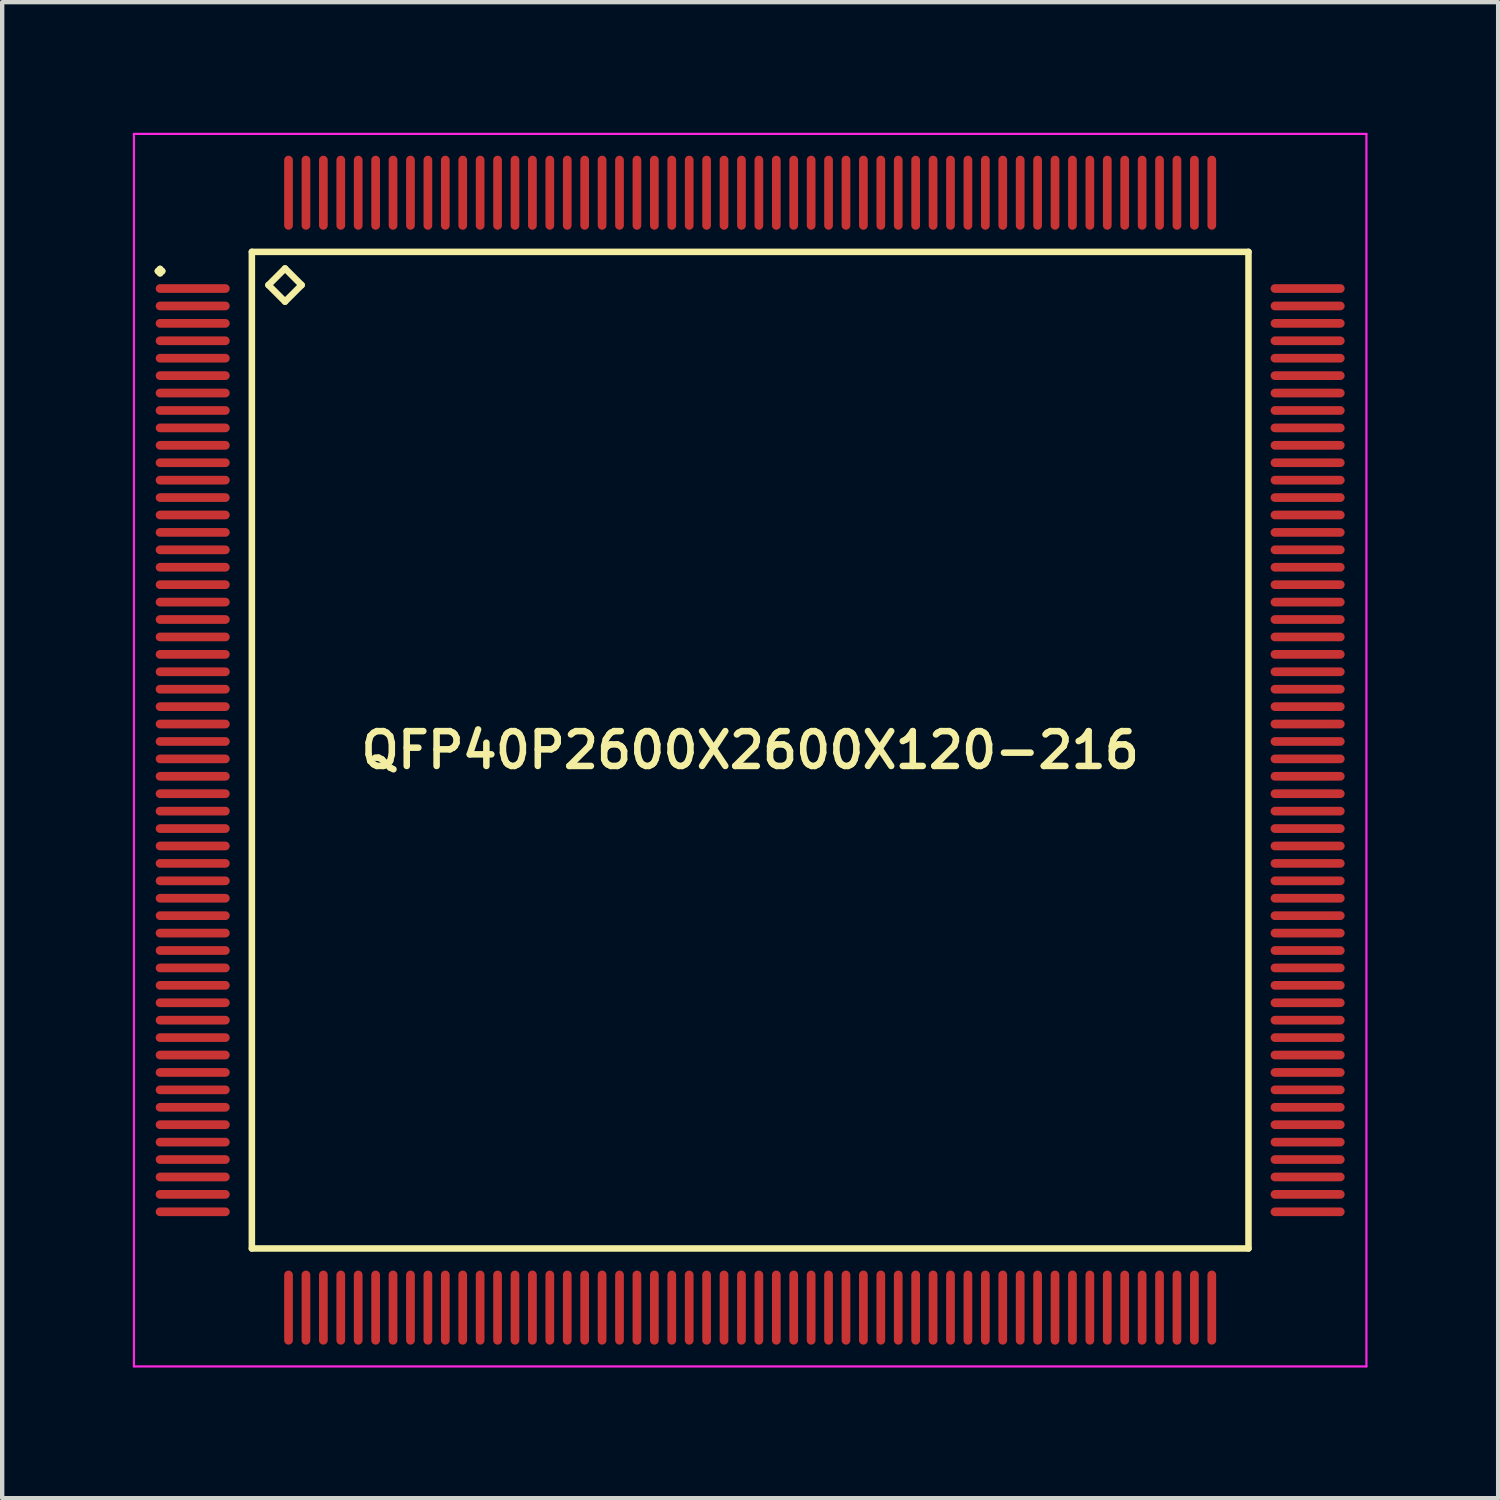
<source format=kicad_pcb>
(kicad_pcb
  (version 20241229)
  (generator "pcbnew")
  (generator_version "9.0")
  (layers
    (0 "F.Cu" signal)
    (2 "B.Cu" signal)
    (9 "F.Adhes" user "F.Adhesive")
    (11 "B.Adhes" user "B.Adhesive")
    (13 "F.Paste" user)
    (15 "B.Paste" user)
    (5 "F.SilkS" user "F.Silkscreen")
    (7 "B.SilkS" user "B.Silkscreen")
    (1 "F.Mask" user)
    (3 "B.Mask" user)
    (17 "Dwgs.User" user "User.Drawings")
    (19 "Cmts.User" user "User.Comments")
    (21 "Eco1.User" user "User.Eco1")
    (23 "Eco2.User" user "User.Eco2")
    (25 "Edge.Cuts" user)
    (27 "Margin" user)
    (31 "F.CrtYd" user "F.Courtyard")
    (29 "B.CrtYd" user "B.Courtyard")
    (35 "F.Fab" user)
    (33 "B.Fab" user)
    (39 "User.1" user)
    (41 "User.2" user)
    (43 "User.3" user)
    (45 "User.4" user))
  (footprint "QFP40P2600X2600X120-216"
    (layer "F.Cu")
    (at 14.175 14.175)
    (property "Reference" "QFP40P2600X2600X120-216" (at 0 0 0) (layer "F.SilkS") (effects (font (size 0.8 0.8) (thickness 0.15))))
    (attr smd)
    (fp_line (start -13.6 -11) (end -13.55 -11.05) (stroke (width 0.15) (type solid)) (layer "F.SilkS"))
    (fp_line (start -13.55 -11.05) (end -13.5 -11) (stroke (width 0.15) (type solid)) (layer "F.SilkS"))
    (fp_line (start -13.55 -10.95) (end -13.6 -11) (stroke (width 0.15) (type solid)) (layer "F.SilkS"))
    (fp_line (start -13.5 -11) (end -13.55 -10.95) (stroke (width 0.15) (type solid)) (layer "F.SilkS"))
    (fp_line (start -11.442 -11.442) (end -11.442 11.442) (stroke (width 0.15) (type solid)) (layer "F.SilkS"))
    (fp_line (start -11.442 11.442) (end 11.442 11.442) (stroke (width 0.15) (type solid)) (layer "F.SilkS"))
    (fp_line (start -11.061 -10.68) (end -10.68 -11.061) (stroke (width 0.15) (type solid)) (layer "F.SilkS"))
    (fp_line (start -10.68 -11.061) (end -10.299 -10.68) (stroke (width 0.15) (type solid)) (layer "F.SilkS"))
    (fp_line (start -10.68 -10.299) (end -11.061 -10.68) (stroke (width 0.15) (type solid)) (layer "F.SilkS"))
    (fp_line (start -10.299 -10.68) (end -10.68 -10.299) (stroke (width 0.15) (type solid)) (layer "F.SilkS"))
    (fp_line (start 11.442 -11.442) (end -11.442 -11.442) (stroke (width 0.15) (type solid)) (layer "F.SilkS"))
    (fp_line (start 11.442 11.442) (end 11.442 -11.442) (stroke (width 0.15) (type solid)) (layer "F.SilkS"))
    (fp_line (start -14.15 -14.15) (end 14.15 -14.15) (stroke (width 0.05) (type solid)) (layer "F.CrtYd"))
    (fp_line (start -14.15 14.15) (end -14.15 -14.15) (stroke (width 0.05) (type solid)) (layer "F.CrtYd"))
    (fp_line (start 14.15 -14.15) (end 14.15 14.15) (stroke (width 0.05) (type solid)) (layer "F.CrtYd"))
    (fp_line (start 14.15 14.15) (end -14.15 14.15) (stroke (width 0.05) (type solid)) (layer "F.CrtYd"))
    (pad "1" smd oval (at -12.8 -10.6) (size 1.7 0.2) (layers "F.Cu" "F.Mask" "F.Paste"))
    (pad "2" smd oval (at -12.8 -10.2) (size 1.7 0.2) (layers "F.Cu" "F.Mask" "F.Paste"))
    (pad "3" smd oval (at -12.8 -9.8) (size 1.7 0.2) (layers "F.Cu" "F.Mask" "F.Paste"))
    (pad "4" smd oval (at -12.8 -9.4) (size 1.7 0.2) (layers "F.Cu" "F.Mask" "F.Paste"))
    (pad "5" smd oval (at -12.8 -9) (size 1.7 0.2) (layers "F.Cu" "F.Mask" "F.Paste"))
    (pad "6" smd oval (at -12.8 -8.6) (size 1.7 0.2) (layers "F.Cu" "F.Mask" "F.Paste"))
    (pad "7" smd oval (at -12.8 -8.2) (size 1.7 0.2) (layers "F.Cu" "F.Mask" "F.Paste"))
    (pad "8" smd oval (at -12.8 -7.8) (size 1.7 0.2) (layers "F.Cu" "F.Mask" "F.Paste"))
    (pad "9" smd oval (at -12.8 -7.4) (size 1.7 0.2) (layers "F.Cu" "F.Mask" "F.Paste"))
    (pad "10" smd oval (at -12.8 -7) (size 1.7 0.2) (layers "F.Cu" "F.Mask" "F.Paste"))
    (pad "11" smd oval (at -12.8 -6.6) (size 1.7 0.2) (layers "F.Cu" "F.Mask" "F.Paste"))
    (pad "12" smd oval (at -12.8 -6.2) (size 1.7 0.2) (layers "F.Cu" "F.Mask" "F.Paste"))
    (pad "13" smd oval (at -12.8 -5.8) (size 1.7 0.2) (layers "F.Cu" "F.Mask" "F.Paste"))
    (pad "14" smd oval (at -12.8 -5.4) (size 1.7 0.2) (layers "F.Cu" "F.Mask" "F.Paste"))
    (pad "15" smd oval (at -12.8 -5) (size 1.7 0.2) (layers "F.Cu" "F.Mask" "F.Paste"))
    (pad "16" smd oval (at -12.8 -4.6) (size 1.7 0.2) (layers "F.Cu" "F.Mask" "F.Paste"))
    (pad "17" smd oval (at -12.8 -4.2) (size 1.7 0.2) (layers "F.Cu" "F.Mask" "F.Paste"))
    (pad "18" smd oval (at -12.8 -3.8) (size 1.7 0.2) (layers "F.Cu" "F.Mask" "F.Paste"))
    (pad "19" smd oval (at -12.8 -3.4) (size 1.7 0.2) (layers "F.Cu" "F.Mask" "F.Paste"))
    (pad "20" smd oval (at -12.8 -3) (size 1.7 0.2) (layers "F.Cu" "F.Mask" "F.Paste"))
    (pad "21" smd oval (at -12.8 -2.6) (size 1.7 0.2) (layers "F.Cu" "F.Mask" "F.Paste"))
    (pad "22" smd oval (at -12.8 -2.2) (size 1.7 0.2) (layers "F.Cu" "F.Mask" "F.Paste"))
    (pad "23" smd oval (at -12.8 -1.8) (size 1.7 0.2) (layers "F.Cu" "F.Mask" "F.Paste"))
    (pad "24" smd oval (at -12.8 -1.4) (size 1.7 0.2) (layers "F.Cu" "F.Mask" "F.Paste"))
    (pad "25" smd oval (at -12.8 -1) (size 1.7 0.2) (layers "F.Cu" "F.Mask" "F.Paste"))
    (pad "26" smd oval (at -12.8 -0.6) (size 1.7 0.2) (layers "F.Cu" "F.Mask" "F.Paste"))
    (pad "27" smd oval (at -12.8 -0.2) (size 1.7 0.2) (layers "F.Cu" "F.Mask" "F.Paste"))
    (pad "28" smd oval (at -12.8 0.2) (size 1.7 0.2) (layers "F.Cu" "F.Mask" "F.Paste"))
    (pad "29" smd oval (at -12.8 0.6) (size 1.7 0.2) (layers "F.Cu" "F.Mask" "F.Paste"))
    (pad "30" smd oval (at -12.8 1) (size 1.7 0.2) (layers "F.Cu" "F.Mask" "F.Paste"))
    (pad "31" smd oval (at -12.8 1.4) (size 1.7 0.2) (layers "F.Cu" "F.Mask" "F.Paste"))
    (pad "32" smd oval (at -12.8 1.8) (size 1.7 0.2) (layers "F.Cu" "F.Mask" "F.Paste"))
    (pad "33" smd oval (at -12.8 2.2) (size 1.7 0.2) (layers "F.Cu" "F.Mask" "F.Paste"))
    (pad "34" smd oval (at -12.8 2.6) (size 1.7 0.2) (layers "F.Cu" "F.Mask" "F.Paste"))
    (pad "35" smd oval (at -12.8 3) (size 1.7 0.2) (layers "F.Cu" "F.Mask" "F.Paste"))
    (pad "36" smd oval (at -12.8 3.4) (size 1.7 0.2) (layers "F.Cu" "F.Mask" "F.Paste"))
    (pad "37" smd oval (at -12.8 3.8) (size 1.7 0.2) (layers "F.Cu" "F.Mask" "F.Paste"))
    (pad "38" smd oval (at -12.8 4.2) (size 1.7 0.2) (layers "F.Cu" "F.Mask" "F.Paste"))
    (pad "39" smd oval (at -12.8 4.6) (size 1.7 0.2) (layers "F.Cu" "F.Mask" "F.Paste"))
    (pad "40" smd oval (at -12.8 5) (size 1.7 0.2) (layers "F.Cu" "F.Mask" "F.Paste"))
    (pad "41" smd oval (at -12.8 5.4) (size 1.7 0.2) (layers "F.Cu" "F.Mask" "F.Paste"))
    (pad "42" smd oval (at -12.8 5.8) (size 1.7 0.2) (layers "F.Cu" "F.Mask" "F.Paste"))
    (pad "43" smd oval (at -12.8 6.2) (size 1.7 0.2) (layers "F.Cu" "F.Mask" "F.Paste"))
    (pad "44" smd oval (at -12.8 6.6) (size 1.7 0.2) (layers "F.Cu" "F.Mask" "F.Paste"))
    (pad "45" smd oval (at -12.8 7) (size 1.7 0.2) (layers "F.Cu" "F.Mask" "F.Paste"))
    (pad "46" smd oval (at -12.8 7.4) (size 1.7 0.2) (layers "F.Cu" "F.Mask" "F.Paste"))
    (pad "47" smd oval (at -12.8 7.8) (size 1.7 0.2) (layers "F.Cu" "F.Mask" "F.Paste"))
    (pad "48" smd oval (at -12.8 8.2) (size 1.7 0.2) (layers "F.Cu" "F.Mask" "F.Paste"))
    (pad "49" smd oval (at -12.8 8.6) (size 1.7 0.2) (layers "F.Cu" "F.Mask" "F.Paste"))
    (pad "50" smd oval (at -12.8 9) (size 1.7 0.2) (layers "F.Cu" "F.Mask" "F.Paste"))
    (pad "51" smd oval (at -12.8 9.4) (size 1.7 0.2) (layers "F.Cu" "F.Mask" "F.Paste"))
    (pad "52" smd oval (at -12.8 9.8) (size 1.7 0.2) (layers "F.Cu" "F.Mask" "F.Paste"))
    (pad "53" smd oval (at -12.8 10.2) (size 1.7 0.2) (layers "F.Cu" "F.Mask" "F.Paste"))
    (pad "54" smd oval (at -12.8 10.6) (size 1.7 0.2) (layers "F.Cu" "F.Mask" "F.Paste"))
    (pad "55" smd oval (at -10.6 12.8) (size 0.2 1.7) (layers "F.Cu" "F.Mask" "F.Paste"))
    (pad "56" smd oval (at -10.2 12.8) (size 0.2 1.7) (layers "F.Cu" "F.Mask" "F.Paste"))
    (pad "57" smd oval (at -9.8 12.8) (size 0.2 1.7) (layers "F.Cu" "F.Mask" "F.Paste"))
    (pad "58" smd oval (at -9.4 12.8) (size 0.2 1.7) (layers "F.Cu" "F.Mask" "F.Paste"))
    (pad "59" smd oval (at -9 12.8) (size 0.2 1.7) (layers "F.Cu" "F.Mask" "F.Paste"))
    (pad "60" smd oval (at -8.6 12.8) (size 0.2 1.7) (layers "F.Cu" "F.Mask" "F.Paste"))
    (pad "61" smd oval (at -8.2 12.8) (size 0.2 1.7) (layers "F.Cu" "F.Mask" "F.Paste"))
    (pad "62" smd oval (at -7.8 12.8) (size 0.2 1.7) (layers "F.Cu" "F.Mask" "F.Paste"))
    (pad "63" smd oval (at -7.4 12.8) (size 0.2 1.7) (layers "F.Cu" "F.Mask" "F.Paste"))
    (pad "64" smd oval (at -7 12.8) (size 0.2 1.7) (layers "F.Cu" "F.Mask" "F.Paste"))
    (pad "65" smd oval (at -6.6 12.8) (size 0.2 1.7) (layers "F.Cu" "F.Mask" "F.Paste"))
    (pad "66" smd oval (at -6.2 12.8) (size 0.2 1.7) (layers "F.Cu" "F.Mask" "F.Paste"))
    (pad "67" smd oval (at -5.8 12.8) (size 0.2 1.7) (layers "F.Cu" "F.Mask" "F.Paste"))
    (pad "68" smd oval (at -5.4 12.8) (size 0.2 1.7) (layers "F.Cu" "F.Mask" "F.Paste"))
    (pad "69" smd oval (at -5 12.8) (size 0.2 1.7) (layers "F.Cu" "F.Mask" "F.Paste"))
    (pad "70" smd oval (at -4.6 12.8) (size 0.2 1.7) (layers "F.Cu" "F.Mask" "F.Paste"))
    (pad "71" smd oval (at -4.2 12.8) (size 0.2 1.7) (layers "F.Cu" "F.Mask" "F.Paste"))
    (pad "72" smd oval (at -3.8 12.8) (size 0.2 1.7) (layers "F.Cu" "F.Mask" "F.Paste"))
    (pad "73" smd oval (at -3.4 12.8) (size 0.2 1.7) (layers "F.Cu" "F.Mask" "F.Paste"))
    (pad "74" smd oval (at -3 12.8) (size 0.2 1.7) (layers "F.Cu" "F.Mask" "F.Paste"))
    (pad "75" smd oval (at -2.6 12.8) (size 0.2 1.7) (layers "F.Cu" "F.Mask" "F.Paste"))
    (pad "76" smd oval (at -2.2 12.8) (size 0.2 1.7) (layers "F.Cu" "F.Mask" "F.Paste"))
    (pad "77" smd oval (at -1.8 12.8) (size 0.2 1.7) (layers "F.Cu" "F.Mask" "F.Paste"))
    (pad "78" smd oval (at -1.4 12.8) (size 0.2 1.7) (layers "F.Cu" "F.Mask" "F.Paste"))
    (pad "79" smd oval (at -1 12.8) (size 0.2 1.7) (layers "F.Cu" "F.Mask" "F.Paste"))
    (pad "80" smd oval (at -0.6 12.8) (size 0.2 1.7) (layers "F.Cu" "F.Mask" "F.Paste"))
    (pad "81" smd oval (at -0.2 12.8) (size 0.2 1.7) (layers "F.Cu" "F.Mask" "F.Paste"))
    (pad "82" smd oval (at 0.2 12.8) (size 0.2 1.7) (layers "F.Cu" "F.Mask" "F.Paste"))
    (pad "83" smd oval (at 0.6 12.8) (size 0.2 1.7) (layers "F.Cu" "F.Mask" "F.Paste"))
    (pad "84" smd oval (at 1 12.8) (size 0.2 1.7) (layers "F.Cu" "F.Mask" "F.Paste"))
    (pad "85" smd oval (at 1.4 12.8) (size 0.2 1.7) (layers "F.Cu" "F.Mask" "F.Paste"))
    (pad "86" smd oval (at 1.8 12.8) (size 0.2 1.7) (layers "F.Cu" "F.Mask" "F.Paste"))
    (pad "87" smd oval (at 2.2 12.8) (size 0.2 1.7) (layers "F.Cu" "F.Mask" "F.Paste"))
    (pad "88" smd oval (at 2.6 12.8) (size 0.2 1.7) (layers "F.Cu" "F.Mask" "F.Paste"))
    (pad "89" smd oval (at 3 12.8) (size 0.2 1.7) (layers "F.Cu" "F.Mask" "F.Paste"))
    (pad "90" smd oval (at 3.4 12.8) (size 0.2 1.7) (layers "F.Cu" "F.Mask" "F.Paste"))
    (pad "91" smd oval (at 3.8 12.8) (size 0.2 1.7) (layers "F.Cu" "F.Mask" "F.Paste"))
    (pad "92" smd oval (at 4.2 12.8) (size 0.2 1.7) (layers "F.Cu" "F.Mask" "F.Paste"))
    (pad "93" smd oval (at 4.6 12.8) (size 0.2 1.7) (layers "F.Cu" "F.Mask" "F.Paste"))
    (pad "94" smd oval (at 5 12.8) (size 0.2 1.7) (layers "F.Cu" "F.Mask" "F.Paste"))
    (pad "95" smd oval (at 5.4 12.8) (size 0.2 1.7) (layers "F.Cu" "F.Mask" "F.Paste"))
    (pad "96" smd oval (at 5.8 12.8) (size 0.2 1.7) (layers "F.Cu" "F.Mask" "F.Paste"))
    (pad "97" smd oval (at 6.2 12.8) (size 0.2 1.7) (layers "F.Cu" "F.Mask" "F.Paste"))
    (pad "98" smd oval (at 6.6 12.8) (size 0.2 1.7) (layers "F.Cu" "F.Mask" "F.Paste"))
    (pad "99" smd oval (at 7 12.8) (size 0.2 1.7) (layers "F.Cu" "F.Mask" "F.Paste"))
    (pad "100" smd oval (at 7.4 12.8) (size 0.2 1.7) (layers "F.Cu" "F.Mask" "F.Paste"))
    (pad "101" smd oval (at 7.8 12.8) (size 0.2 1.7) (layers "F.Cu" "F.Mask" "F.Paste"))
    (pad "102" smd oval (at 8.2 12.8) (size 0.2 1.7) (layers "F.Cu" "F.Mask" "F.Paste"))
    (pad "103" smd oval (at 8.6 12.8) (size 0.2 1.7) (layers "F.Cu" "F.Mask" "F.Paste"))
    (pad "104" smd oval (at 9 12.8) (size 0.2 1.7) (layers "F.Cu" "F.Mask" "F.Paste"))
    (pad "105" smd oval (at 9.4 12.8) (size 0.2 1.7) (layers "F.Cu" "F.Mask" "F.Paste"))
    (pad "106" smd oval (at 9.8 12.8) (size 0.2 1.7) (layers "F.Cu" "F.Mask" "F.Paste"))
    (pad "107" smd oval (at 10.2 12.8) (size 0.2 1.7) (layers "F.Cu" "F.Mask" "F.Paste"))
    (pad "108" smd oval (at 10.6 12.8) (size 0.2 1.7) (layers "F.Cu" "F.Mask" "F.Paste"))
    (pad "109" smd oval (at 12.8 10.6) (size 1.7 0.2) (layers "F.Cu" "F.Mask" "F.Paste"))
    (pad "110" smd oval (at 12.8 10.2) (size 1.7 0.2) (layers "F.Cu" "F.Mask" "F.Paste"))
    (pad "111" smd oval (at 12.8 9.8) (size 1.7 0.2) (layers "F.Cu" "F.Mask" "F.Paste"))
    (pad "112" smd oval (at 12.8 9.4) (size 1.7 0.2) (layers "F.Cu" "F.Mask" "F.Paste"))
    (pad "113" smd oval (at 12.8 9) (size 1.7 0.2) (layers "F.Cu" "F.Mask" "F.Paste"))
    (pad "114" smd oval (at 12.8 8.6) (size 1.7 0.2) (layers "F.Cu" "F.Mask" "F.Paste"))
    (pad "115" smd oval (at 12.8 8.2) (size 1.7 0.2) (layers "F.Cu" "F.Mask" "F.Paste"))
    (pad "116" smd oval (at 12.8 7.8) (size 1.7 0.2) (layers "F.Cu" "F.Mask" "F.Paste"))
    (pad "117" smd oval (at 12.8 7.4) (size 1.7 0.2) (layers "F.Cu" "F.Mask" "F.Paste"))
    (pad "118" smd oval (at 12.8 7) (size 1.7 0.2) (layers "F.Cu" "F.Mask" "F.Paste"))
    (pad "119" smd oval (at 12.8 6.6) (size 1.7 0.2) (layers "F.Cu" "F.Mask" "F.Paste"))
    (pad "120" smd oval (at 12.8 6.2) (size 1.7 0.2) (layers "F.Cu" "F.Mask" "F.Paste"))
    (pad "121" smd oval (at 12.8 5.8) (size 1.7 0.2) (layers "F.Cu" "F.Mask" "F.Paste"))
    (pad "122" smd oval (at 12.8 5.4) (size 1.7 0.2) (layers "F.Cu" "F.Mask" "F.Paste"))
    (pad "123" smd oval (at 12.8 5) (size 1.7 0.2) (layers "F.Cu" "F.Mask" "F.Paste"))
    (pad "124" smd oval (at 12.8 4.6) (size 1.7 0.2) (layers "F.Cu" "F.Mask" "F.Paste"))
    (pad "125" smd oval (at 12.8 4.2) (size 1.7 0.2) (layers "F.Cu" "F.Mask" "F.Paste"))
    (pad "126" smd oval (at 12.8 3.8) (size 1.7 0.2) (layers "F.Cu" "F.Mask" "F.Paste"))
    (pad "127" smd oval (at 12.8 3.4) (size 1.7 0.2) (layers "F.Cu" "F.Mask" "F.Paste"))
    (pad "128" smd oval (at 12.8 3) (size 1.7 0.2) (layers "F.Cu" "F.Mask" "F.Paste"))
    (pad "129" smd oval (at 12.8 2.6) (size 1.7 0.2) (layers "F.Cu" "F.Mask" "F.Paste"))
    (pad "130" smd oval (at 12.8 2.2) (size 1.7 0.2) (layers "F.Cu" "F.Mask" "F.Paste"))
    (pad "131" smd oval (at 12.8 1.8) (size 1.7 0.2) (layers "F.Cu" "F.Mask" "F.Paste"))
    (pad "132" smd oval (at 12.8 1.4) (size 1.7 0.2) (layers "F.Cu" "F.Mask" "F.Paste"))
    (pad "133" smd oval (at 12.8 1) (size 1.7 0.2) (layers "F.Cu" "F.Mask" "F.Paste"))
    (pad "134" smd oval (at 12.8 0.6) (size 1.7 0.2) (layers "F.Cu" "F.Mask" "F.Paste"))
    (pad "135" smd oval (at 12.8 0.2) (size 1.7 0.2) (layers "F.Cu" "F.Mask" "F.Paste"))
    (pad "136" smd oval (at 12.8 -0.2) (size 1.7 0.2) (layers "F.Cu" "F.Mask" "F.Paste"))
    (pad "137" smd oval (at 12.8 -0.6) (size 1.7 0.2) (layers "F.Cu" "F.Mask" "F.Paste"))
    (pad "138" smd oval (at 12.8 -1) (size 1.7 0.2) (layers "F.Cu" "F.Mask" "F.Paste"))
    (pad "139" smd oval (at 12.8 -1.4) (size 1.7 0.2) (layers "F.Cu" "F.Mask" "F.Paste"))
    (pad "140" smd oval (at 12.8 -1.8) (size 1.7 0.2) (layers "F.Cu" "F.Mask" "F.Paste"))
    (pad "141" smd oval (at 12.8 -2.2) (size 1.7 0.2) (layers "F.Cu" "F.Mask" "F.Paste"))
    (pad "142" smd oval (at 12.8 -2.6) (size 1.7 0.2) (layers "F.Cu" "F.Mask" "F.Paste"))
    (pad "143" smd oval (at 12.8 -3) (size 1.7 0.2) (layers "F.Cu" "F.Mask" "F.Paste"))
    (pad "144" smd oval (at 12.8 -3.4) (size 1.7 0.2) (layers "F.Cu" "F.Mask" "F.Paste"))
    (pad "145" smd oval (at 12.8 -3.8) (size 1.7 0.2) (layers "F.Cu" "F.Mask" "F.Paste"))
    (pad "146" smd oval (at 12.8 -4.2) (size 1.7 0.2) (layers "F.Cu" "F.Mask" "F.Paste"))
    (pad "147" smd oval (at 12.8 -4.6) (size 1.7 0.2) (layers "F.Cu" "F.Mask" "F.Paste"))
    (pad "148" smd oval (at 12.8 -5) (size 1.7 0.2) (layers "F.Cu" "F.Mask" "F.Paste"))
    (pad "149" smd oval (at 12.8 -5.4) (size 1.7 0.2) (layers "F.Cu" "F.Mask" "F.Paste"))
    (pad "150" smd oval (at 12.8 -5.8) (size 1.7 0.2) (layers "F.Cu" "F.Mask" "F.Paste"))
    (pad "151" smd oval (at 12.8 -6.2) (size 1.7 0.2) (layers "F.Cu" "F.Mask" "F.Paste"))
    (pad "152" smd oval (at 12.8 -6.6) (size 1.7 0.2) (layers "F.Cu" "F.Mask" "F.Paste"))
    (pad "153" smd oval (at 12.8 -7) (size 1.7 0.2) (layers "F.Cu" "F.Mask" "F.Paste"))
    (pad "154" smd oval (at 12.8 -7.4) (size 1.7 0.2) (layers "F.Cu" "F.Mask" "F.Paste"))
    (pad "155" smd oval (at 12.8 -7.8) (size 1.7 0.2) (layers "F.Cu" "F.Mask" "F.Paste"))
    (pad "156" smd oval (at 12.8 -8.2) (size 1.7 0.2) (layers "F.Cu" "F.Mask" "F.Paste"))
    (pad "157" smd oval (at 12.8 -8.6) (size 1.7 0.2) (layers "F.Cu" "F.Mask" "F.Paste"))
    (pad "158" smd oval (at 12.8 -9) (size 1.7 0.2) (layers "F.Cu" "F.Mask" "F.Paste"))
    (pad "159" smd oval (at 12.8 -9.4) (size 1.7 0.2) (layers "F.Cu" "F.Mask" "F.Paste"))
    (pad "160" smd oval (at 12.8 -9.8) (size 1.7 0.2) (layers "F.Cu" "F.Mask" "F.Paste"))
    (pad "161" smd oval (at 12.8 -10.2) (size 1.7 0.2) (layers "F.Cu" "F.Mask" "F.Paste"))
    (pad "162" smd oval (at 12.8 -10.6) (size 1.7 0.2) (layers "F.Cu" "F.Mask" "F.Paste"))
    (pad "163" smd oval (at 10.6 -12.8) (size 0.2 1.7) (layers "F.Cu" "F.Mask" "F.Paste"))
    (pad "164" smd oval (at 10.2 -12.8) (size 0.2 1.7) (layers "F.Cu" "F.Mask" "F.Paste"))
    (pad "165" smd oval (at 9.8 -12.8) (size 0.2 1.7) (layers "F.Cu" "F.Mask" "F.Paste"))
    (pad "166" smd oval (at 9.4 -12.8) (size 0.2 1.7) (layers "F.Cu" "F.Mask" "F.Paste"))
    (pad "167" smd oval (at 9 -12.8) (size 0.2 1.7) (layers "F.Cu" "F.Mask" "F.Paste"))
    (pad "168" smd oval (at 8.6 -12.8) (size 0.2 1.7) (layers "F.Cu" "F.Mask" "F.Paste"))
    (pad "169" smd oval (at 8.2 -12.8) (size 0.2 1.7) (layers "F.Cu" "F.Mask" "F.Paste"))
    (pad "170" smd oval (at 7.8 -12.8) (size 0.2 1.7) (layers "F.Cu" "F.Mask" "F.Paste"))
    (pad "171" smd oval (at 7.4 -12.8) (size 0.2 1.7) (layers "F.Cu" "F.Mask" "F.Paste"))
    (pad "172" smd oval (at 7 -12.8) (size 0.2 1.7) (layers "F.Cu" "F.Mask" "F.Paste"))
    (pad "173" smd oval (at 6.6 -12.8) (size 0.2 1.7) (layers "F.Cu" "F.Mask" "F.Paste"))
    (pad "174" smd oval (at 6.2 -12.8) (size 0.2 1.7) (layers "F.Cu" "F.Mask" "F.Paste"))
    (pad "175" smd oval (at 5.8 -12.8) (size 0.2 1.7) (layers "F.Cu" "F.Mask" "F.Paste"))
    (pad "176" smd oval (at 5.4 -12.8) (size 0.2 1.7) (layers "F.Cu" "F.Mask" "F.Paste"))
    (pad "177" smd oval (at 5 -12.8) (size 0.2 1.7) (layers "F.Cu" "F.Mask" "F.Paste"))
    (pad "178" smd oval (at 4.6 -12.8) (size 0.2 1.7) (layers "F.Cu" "F.Mask" "F.Paste"))
    (pad "179" smd oval (at 4.2 -12.8) (size 0.2 1.7) (layers "F.Cu" "F.Mask" "F.Paste"))
    (pad "180" smd oval (at 3.8 -12.8) (size 0.2 1.7) (layers "F.Cu" "F.Mask" "F.Paste"))
    (pad "181" smd oval (at 3.4 -12.8) (size 0.2 1.7) (layers "F.Cu" "F.Mask" "F.Paste"))
    (pad "182" smd oval (at 3 -12.8) (size 0.2 1.7) (layers "F.Cu" "F.Mask" "F.Paste"))
    (pad "183" smd oval (at 2.6 -12.8) (size 0.2 1.7) (layers "F.Cu" "F.Mask" "F.Paste"))
    (pad "184" smd oval (at 2.2 -12.8) (size 0.2 1.7) (layers "F.Cu" "F.Mask" "F.Paste"))
    (pad "185" smd oval (at 1.8 -12.8) (size 0.2 1.7) (layers "F.Cu" "F.Mask" "F.Paste"))
    (pad "186" smd oval (at 1.4 -12.8) (size 0.2 1.7) (layers "F.Cu" "F.Mask" "F.Paste"))
    (pad "187" smd oval (at 1 -12.8) (size 0.2 1.7) (layers "F.Cu" "F.Mask" "F.Paste"))
    (pad "188" smd oval (at 0.6 -12.8) (size 0.2 1.7) (layers "F.Cu" "F.Mask" "F.Paste"))
    (pad "189" smd oval (at 0.2 -12.8) (size 0.2 1.7) (layers "F.Cu" "F.Mask" "F.Paste"))
    (pad "190" smd oval (at -0.2 -12.8) (size 0.2 1.7) (layers "F.Cu" "F.Mask" "F.Paste"))
    (pad "191" smd oval (at -0.6 -12.8) (size 0.2 1.7) (layers "F.Cu" "F.Mask" "F.Paste"))
    (pad "192" smd oval (at -1 -12.8) (size 0.2 1.7) (layers "F.Cu" "F.Mask" "F.Paste"))
    (pad "193" smd oval (at -1.4 -12.8) (size 0.2 1.7) (layers "F.Cu" "F.Mask" "F.Paste"))
    (pad "194" smd oval (at -1.8 -12.8) (size 0.2 1.7) (layers "F.Cu" "F.Mask" "F.Paste"))
    (pad "195" smd oval (at -2.2 -12.8) (size 0.2 1.7) (layers "F.Cu" "F.Mask" "F.Paste"))
    (pad "196" smd oval (at -2.6 -12.8) (size 0.2 1.7) (layers "F.Cu" "F.Mask" "F.Paste"))
    (pad "197" smd oval (at -3 -12.8) (size 0.2 1.7) (layers "F.Cu" "F.Mask" "F.Paste"))
    (pad "198" smd oval (at -3.4 -12.8) (size 0.2 1.7) (layers "F.Cu" "F.Mask" "F.Paste"))
    (pad "199" smd oval (at -3.8 -12.8) (size 0.2 1.7) (layers "F.Cu" "F.Mask" "F.Paste"))
    (pad "200" smd oval (at -4.2 -12.8) (size 0.2 1.7) (layers "F.Cu" "F.Mask" "F.Paste"))
    (pad "201" smd oval (at -4.6 -12.8) (size 0.2 1.7) (layers "F.Cu" "F.Mask" "F.Paste"))
    (pad "202" smd oval (at -5 -12.8) (size 0.2 1.7) (layers "F.Cu" "F.Mask" "F.Paste"))
    (pad "203" smd oval (at -5.4 -12.8) (size 0.2 1.7) (layers "F.Cu" "F.Mask" "F.Paste"))
    (pad "204" smd oval (at -5.8 -12.8) (size 0.2 1.7) (layers "F.Cu" "F.Mask" "F.Paste"))
    (pad "205" smd oval (at -6.2 -12.8) (size 0.2 1.7) (layers "F.Cu" "F.Mask" "F.Paste"))
    (pad "206" smd oval (at -6.6 -12.8) (size 0.2 1.7) (layers "F.Cu" "F.Mask" "F.Paste"))
    (pad "207" smd oval (at -7 -12.8) (size 0.2 1.7) (layers "F.Cu" "F.Mask" "F.Paste"))
    (pad "208" smd oval (at -7.4 -12.8) (size 0.2 1.7) (layers "F.Cu" "F.Mask" "F.Paste"))
    (pad "209" smd oval (at -7.8 -12.8) (size 0.2 1.7) (layers "F.Cu" "F.Mask" "F.Paste"))
    (pad "210" smd oval (at -8.2 -12.8) (size 0.2 1.7) (layers "F.Cu" "F.Mask" "F.Paste"))
    (pad "211" smd oval (at -8.6 -12.8) (size 0.2 1.7) (layers "F.Cu" "F.Mask" "F.Paste"))
    (pad "212" smd oval (at -9 -12.8) (size 0.2 1.7) (layers "F.Cu" "F.Mask" "F.Paste"))
    (pad "213" smd oval (at -9.4 -12.8) (size 0.2 1.7) (layers "F.Cu" "F.Mask" "F.Paste"))
    (pad "214" smd oval (at -9.8 -12.8) (size 0.2 1.7) (layers "F.Cu" "F.Mask" "F.Paste"))
    (pad "215" smd oval (at -10.2 -12.8) (size 0.2 1.7) (layers "F.Cu" "F.Mask" "F.Paste"))
    (pad "216" smd oval (at -10.6 -12.8) (size 0.2 1.7) (layers "F.Cu" "F.Mask" "F.Paste")))
  (gr_rect
    (start -3 -3)
    (end 31.35 31.35)
    (stroke (width 0.1) (type default))
    (fill no)
    (layer "Edge.Cuts")))
</source>
